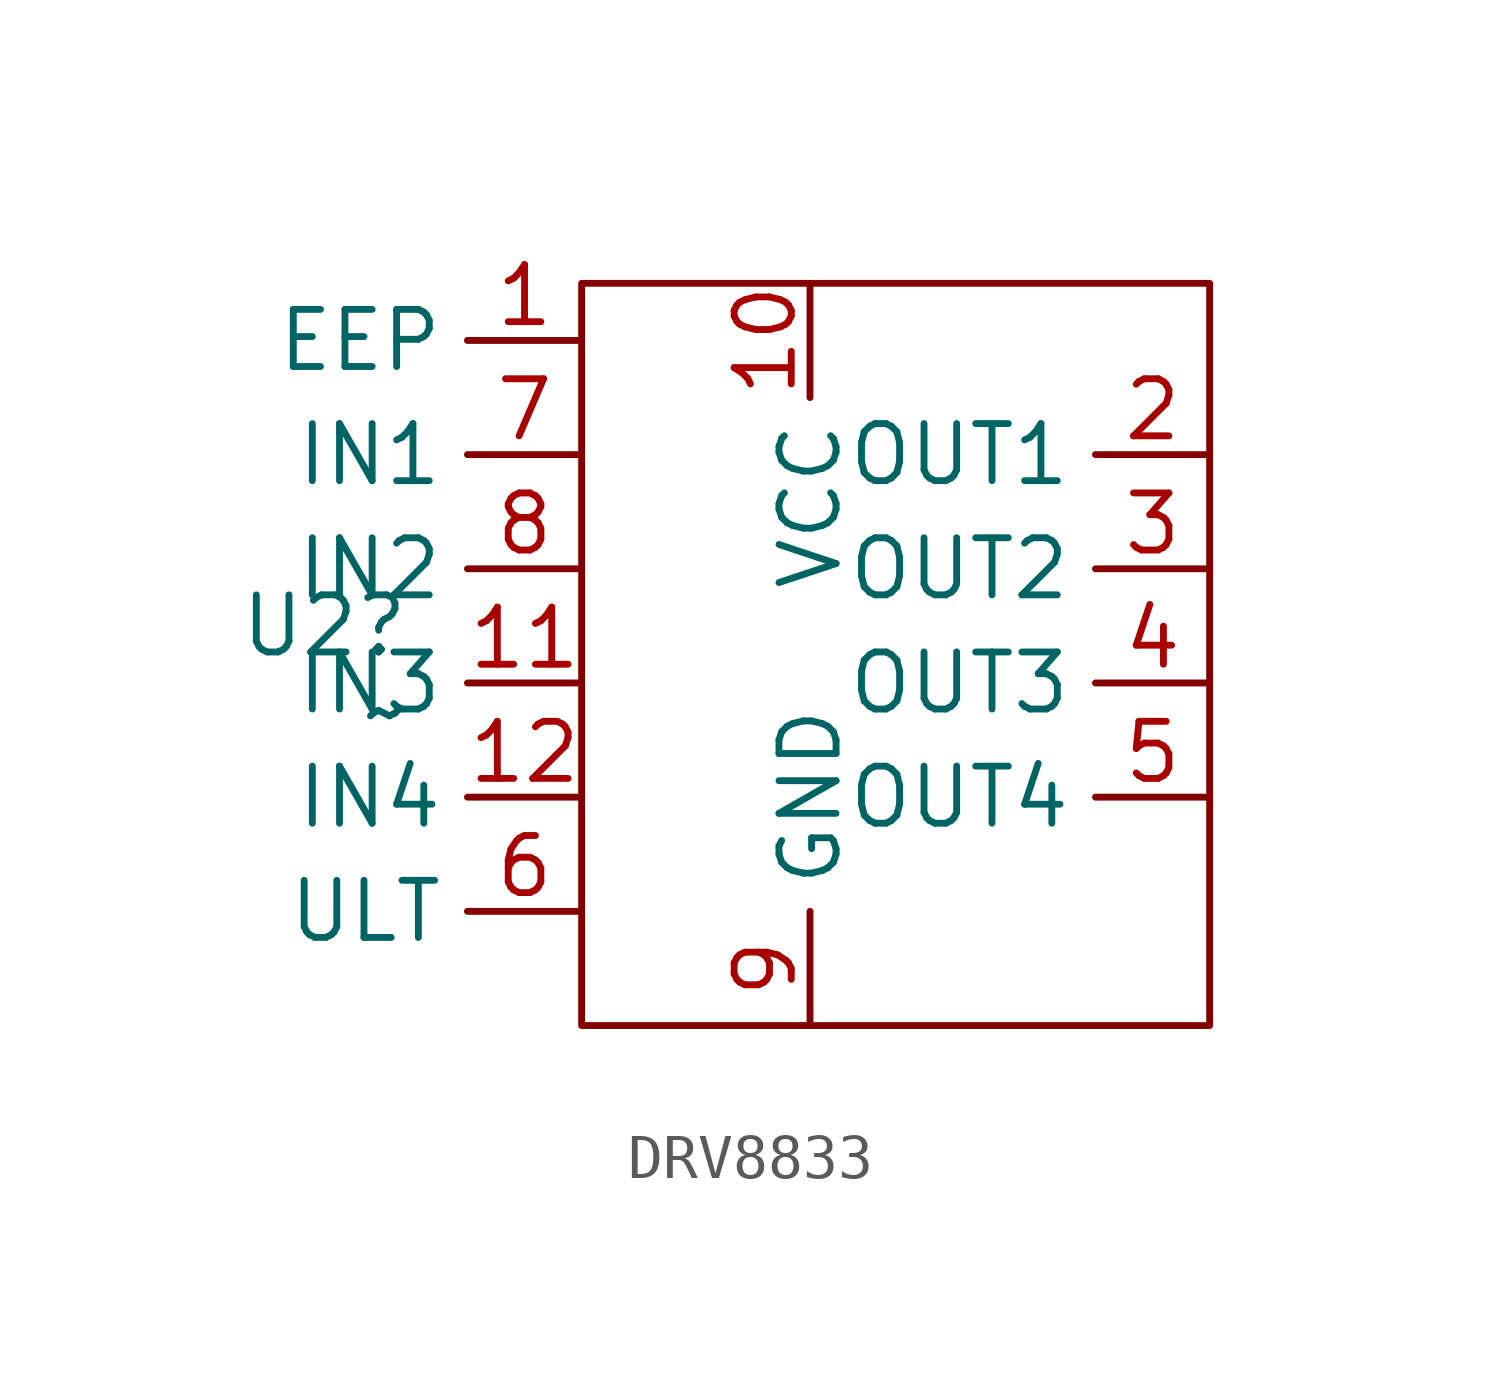
<source format=kicad_sym>
(kicad_symbol_lib
  (version 20231120)
  (generator "kicad_symbol_editor")
  (generator_version "8.0")
  (symbol "DRV8833"
    (property "Reference" "U2"
      (at -8.89 1.27 0)
      (effects (font (size 1.27 1.27)) (justify right)))
    (property "Value" "~"
      (at -8.89 -0.635 0)
      (effects (font (size 1.27 1.27)) (justify right)))
    (symbol "DRV8833_0_1"
      (rectangle (start -5.08 8.89) (end 8.89 -7.62) (stroke (width 0) (type default)) (fill (type none))))
    (symbol "DRV8833_1_1"
      (pin input line (at -5.08 7.62 180) (length 2.54) (name "EEP" (effects (font (size 1.27 1.27)))) (number "1" (effects (font (size 1.27 1.27)))))
      (pin input line (at 0 8.89 270) (length 2.54) (name "VCC" (effects (font (size 1.27 1.27)))) (number "10" (effects (font (size 1.27 1.27)))))
      (pin input line (at -5.08 0 180) (length 2.54) (name "IN3" (effects (font (size 1.27 1.27)))) (number "11" (effects (font (size 1.27 1.27)))))
      (pin input line (at -5.08 -2.54 180) (length 2.54) (name "IN4" (effects (font (size 1.27 1.27)))) (number "12" (effects (font (size 1.27 1.27)))))
      (pin output line (at 8.89 5.08 180) (length 2.54) (name "OUT1" (effects (font (size 1.27 1.27)))) (number "2" (effects (font (size 1.27 1.27)))))
      (pin output line (at 8.89 2.54 180) (length 2.54) (name "OUT2" (effects (font (size 1.27 1.27)))) (number "3" (effects (font (size 1.27 1.27)))))
      (pin output line (at 8.89 0 180) (length 2.54) (name "OUT3" (effects (font (size 1.27 1.27)))) (number "4" (effects (font (size 1.27 1.27)))))
      (pin output line (at 8.89 -2.54 180) (length 2.54) (name "OUT4" (effects (font (size 1.27 1.27)))) (number "5" (effects (font (size 1.27 1.27)))))
      (pin output line (at -5.08 -5.08 180) (length 2.54) (name "ULT" (effects (font (size 1.27 1.27)))) (number "6" (effects (font (size 1.27 1.27)))))
      (pin input line (at -5.08 5.08 180) (length 2.54) (name "IN1" (effects (font (size 1.27 1.27)))) (number "7" (effects (font (size 1.27 1.27)))))
      (pin input line (at -5.08 2.54 180) (length 2.54) (name "IN2" (effects (font (size 1.27 1.27)))) (number "8" (effects (font (size 1.27 1.27)))))
      (pin input line (at 0 -7.62 90) (length 2.54) (name "GND" (effects (font (size 1.27 1.27)))) (number "9" (effects (font (size 1.27 1.27))))))))
</source>
